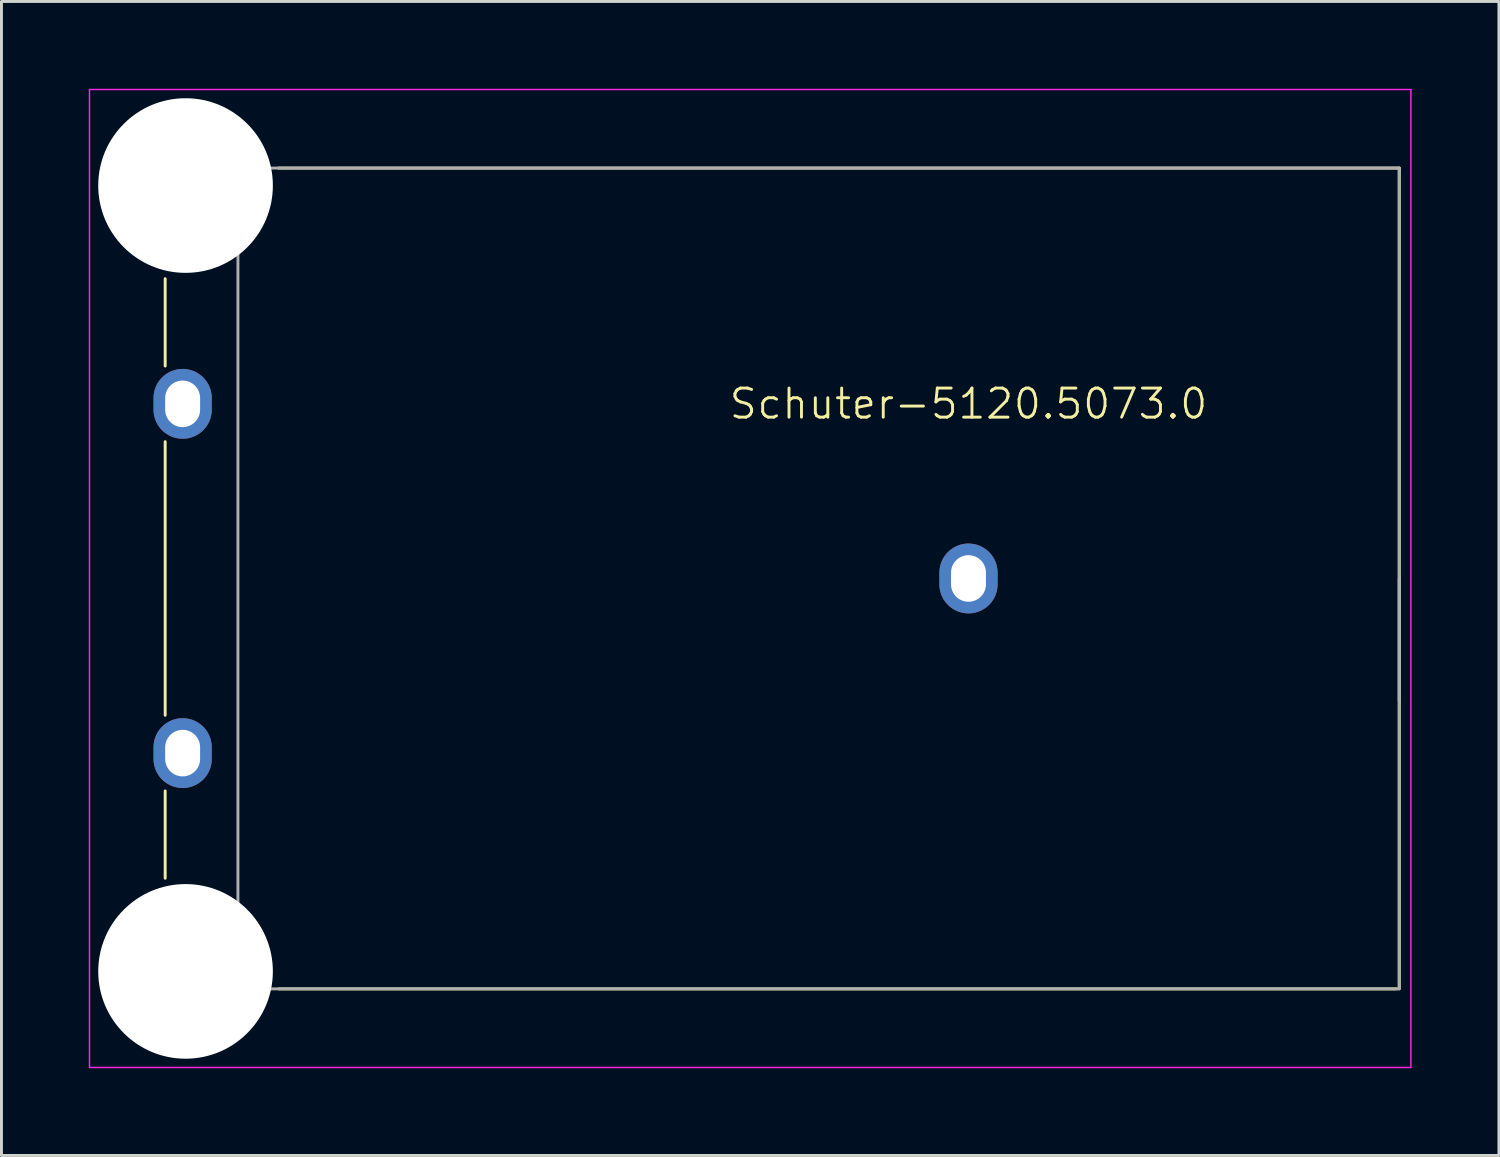
<source format=kicad_pcb>
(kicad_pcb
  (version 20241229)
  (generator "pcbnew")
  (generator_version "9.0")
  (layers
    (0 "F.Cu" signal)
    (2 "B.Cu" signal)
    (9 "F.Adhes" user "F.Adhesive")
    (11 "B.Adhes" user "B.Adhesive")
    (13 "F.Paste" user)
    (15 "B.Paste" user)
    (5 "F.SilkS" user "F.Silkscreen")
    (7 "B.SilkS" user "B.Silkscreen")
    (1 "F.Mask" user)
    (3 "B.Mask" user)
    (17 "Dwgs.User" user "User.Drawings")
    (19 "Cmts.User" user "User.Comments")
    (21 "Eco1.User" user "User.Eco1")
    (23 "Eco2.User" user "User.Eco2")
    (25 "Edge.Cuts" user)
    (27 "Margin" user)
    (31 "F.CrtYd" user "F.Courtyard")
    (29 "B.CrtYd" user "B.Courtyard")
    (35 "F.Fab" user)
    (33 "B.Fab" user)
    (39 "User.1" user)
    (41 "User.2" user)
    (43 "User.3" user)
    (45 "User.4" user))
  (footprint "Schuter-5120.5073.0"
    (layer "F.Cu")
    (at 30.225 16.825)
    (property "Reference" "Schuter-5120.5073.0" (at 0 -6 0) (unlocked yes) (layer "F.SilkS") (effects (font (size 1 1) (thickness 0.1))))
    (attr through_hole)
    (fp_line (start -27.6 -7.3) (end -27.6 -10.3) (stroke (width 0.1) (type solid)) (layer "F.SilkS"))
    (fp_line (start -27.6 4.7) (end -27.6 -4.7) (stroke (width 0.1) (type solid)) (layer "F.SilkS"))
    (fp_line (start -27.6 7.3) (end -27.6 10.3) (stroke (width 0.1) (type solid)) (layer "F.SilkS"))
    (fp_line (start 14.7 14.1) (end -23.7 14.1) (stroke (width 0.1) (type solid)) (layer "F.SilkS"))
    (fp_line (start 14.8 -14.1) (end -23.7 -14.1) (stroke (width 0.1) (type solid)) (layer "F.SilkS"))
    (fp_line (start 14.8 14.1) (end 14.8 -14.1) (stroke (width 0.1) (type solid)) (layer "F.SilkS"))
    (fp_line (start -30.2 -16.8) (end -30.2 16.8) (stroke (width 0.05) (type solid)) (layer "F.CrtYd"))
    (fp_line (start -30.2 -16.8) (end 15.2 -16.8) (stroke (width 0.05) (type solid)) (layer "F.CrtYd"))
    (fp_line (start -30.2 16.8) (end 15.2 16.8) (stroke (width 0.05) (type solid)) (layer "F.CrtYd"))
    (fp_line (start 15.2 -16.8) (end 15.2 16.8) (stroke (width 0.05) (type solid)) (layer "F.CrtYd"))
    (fp_line (start 14.8 0) (end 14.8 4.2) (stroke (width 0.1) (type solid)) (layer "F.Fab"))
    (fp_rect (start 14.8 -14.1) (end -25.1 14.1) (stroke (width 0.1) (type solid)) (fill no) (layer "F.Fab"))
    (pad "" np_thru_hole circle (at -26.9 -13.5) (size 6 6) (drill 6) (layers "*.Cu" "*.Mask"))
    (pad "" np_thru_hole circle (at -26.9 13.5) (size 6 6) (drill 6) (layers "*.Cu" "*.Mask"))
    (pad "L" thru_hole oval (at -27 6) (size 2 2.4) (drill oval 1.2 1.6) (layers "*.Cu" "*.Mask"))
    (pad "N" thru_hole oval (at -27 -6) (size 2 2.4) (drill oval 1.2 1.6) (layers "*.Cu" "*.Mask"))
    (pad "PE" thru_hole oval (at 0 0) (size 2 2.4) (drill oval 1.2 1.6) (layers "*.Cu" "*.Mask")))
  (gr_rect
    (start -3 -3)
    (end 48.45 36.65)
    (stroke (width 0.1) (type default))
    (fill no)
    (layer "Edge.Cuts")))
</source>
